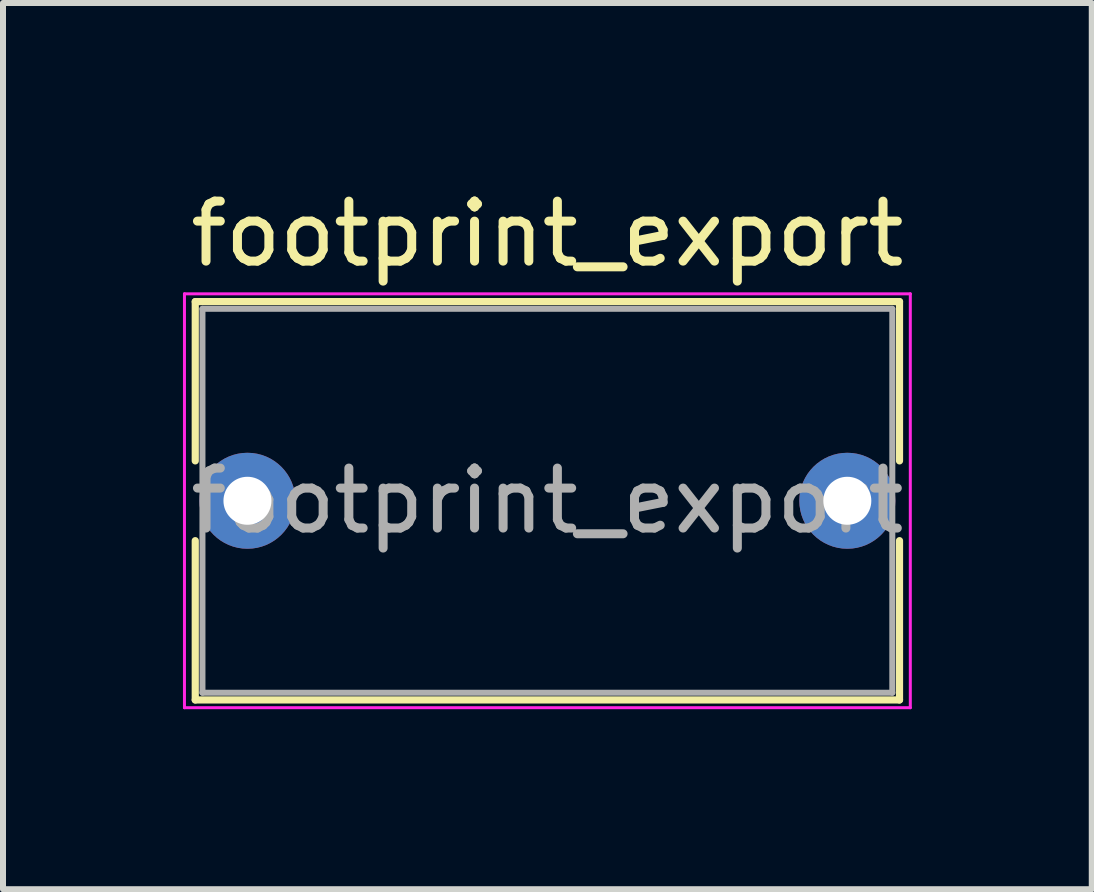
<source format=kicad_pcb>
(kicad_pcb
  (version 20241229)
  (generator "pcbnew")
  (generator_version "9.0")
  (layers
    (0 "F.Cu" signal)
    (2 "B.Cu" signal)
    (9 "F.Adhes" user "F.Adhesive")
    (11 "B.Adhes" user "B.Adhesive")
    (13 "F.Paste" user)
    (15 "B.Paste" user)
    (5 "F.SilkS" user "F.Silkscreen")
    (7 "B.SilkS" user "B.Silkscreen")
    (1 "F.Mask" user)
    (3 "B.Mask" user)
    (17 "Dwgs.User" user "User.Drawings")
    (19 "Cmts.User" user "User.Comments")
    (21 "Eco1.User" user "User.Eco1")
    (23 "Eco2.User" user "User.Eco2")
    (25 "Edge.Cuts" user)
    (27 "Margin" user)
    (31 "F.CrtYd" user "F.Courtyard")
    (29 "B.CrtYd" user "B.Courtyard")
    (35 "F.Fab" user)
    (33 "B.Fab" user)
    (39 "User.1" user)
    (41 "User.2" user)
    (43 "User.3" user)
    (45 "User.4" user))
  (footprint "footprint_export"
    (layer "F.Cu")
    (at 1.075 5.298)
    (property "Reference" "footprint_export" (at 5 -4.45 0) (layer "F.SilkS") (effects (font (size 1 1) (thickness 0.15))))
    (attr through_hole)
    (fp_line (start -0.87 -3.32) (end -0.87 -0.665) (stroke (width 0.12) (type solid)) (layer "F.SilkS"))
    (fp_line (start -0.87 -3.32) (end 10.87 -3.32) (stroke (width 0.12) (type solid)) (layer "F.SilkS"))
    (fp_line (start -0.87 0.665) (end -0.87 3.32) (stroke (width 0.12) (type solid)) (layer "F.SilkS"))
    (fp_line (start -0.87 3.32) (end 10.87 3.32) (stroke (width 0.12) (type solid)) (layer "F.SilkS"))
    (fp_line (start 10.87 -3.32) (end 10.87 -0.665) (stroke (width 0.12) (type solid)) (layer "F.SilkS"))
    (fp_line (start 10.87 0.665) (end 10.87 3.32) (stroke (width 0.12) (type solid)) (layer "F.SilkS"))
    (fp_line (start -1.05 -3.45) (end -1.05 3.45) (stroke (width 0.05) (type solid)) (layer "F.CrtYd"))
    (fp_line (start -1.05 3.45) (end 11.05 3.45) (stroke (width 0.05) (type solid)) (layer "F.CrtYd"))
    (fp_line (start 11.05 -3.45) (end -1.05 -3.45) (stroke (width 0.05) (type solid)) (layer "F.CrtYd"))
    (fp_line (start 11.05 3.45) (end 11.05 -3.45) (stroke (width 0.05) (type solid)) (layer "F.CrtYd"))
    (fp_line (start -0.75 -3.2) (end -0.75 3.2) (stroke (width 0.1) (type solid)) (layer "F.Fab"))
    (fp_line (start -0.75 3.2) (end 10.75 3.2) (stroke (width 0.1) (type solid)) (layer "F.Fab"))
    (fp_line (start 10.75 -3.2) (end -0.75 -3.2) (stroke (width 0.1) (type solid)) (layer "F.Fab"))
    (fp_line (start 10.75 3.2) (end 10.75 -3.2) (stroke (width 0.1) (type solid)) (layer "F.Fab"))
    (fp_text user "${REFERENCE}" (at 5 0 0) (layer "F.Fab") (effects (font (size 1 1) (thickness 0.15))))
    (pad "1" thru_hole circle (at 0 0) (size 1.6 1.6) (drill 0.8) (layers "*.Cu" "*.Mask"))
    (pad "2" thru_hole circle (at 10 0) (size 1.6 1.6) (drill 0.8) (layers "*.Cu" "*.Mask")))
  (gr_rect
    (start -3 -3)
    (end 15.15 11.773)
    (stroke (width 0.1) (type default))
    (fill no)
    (layer "Edge.Cuts")))
</source>
